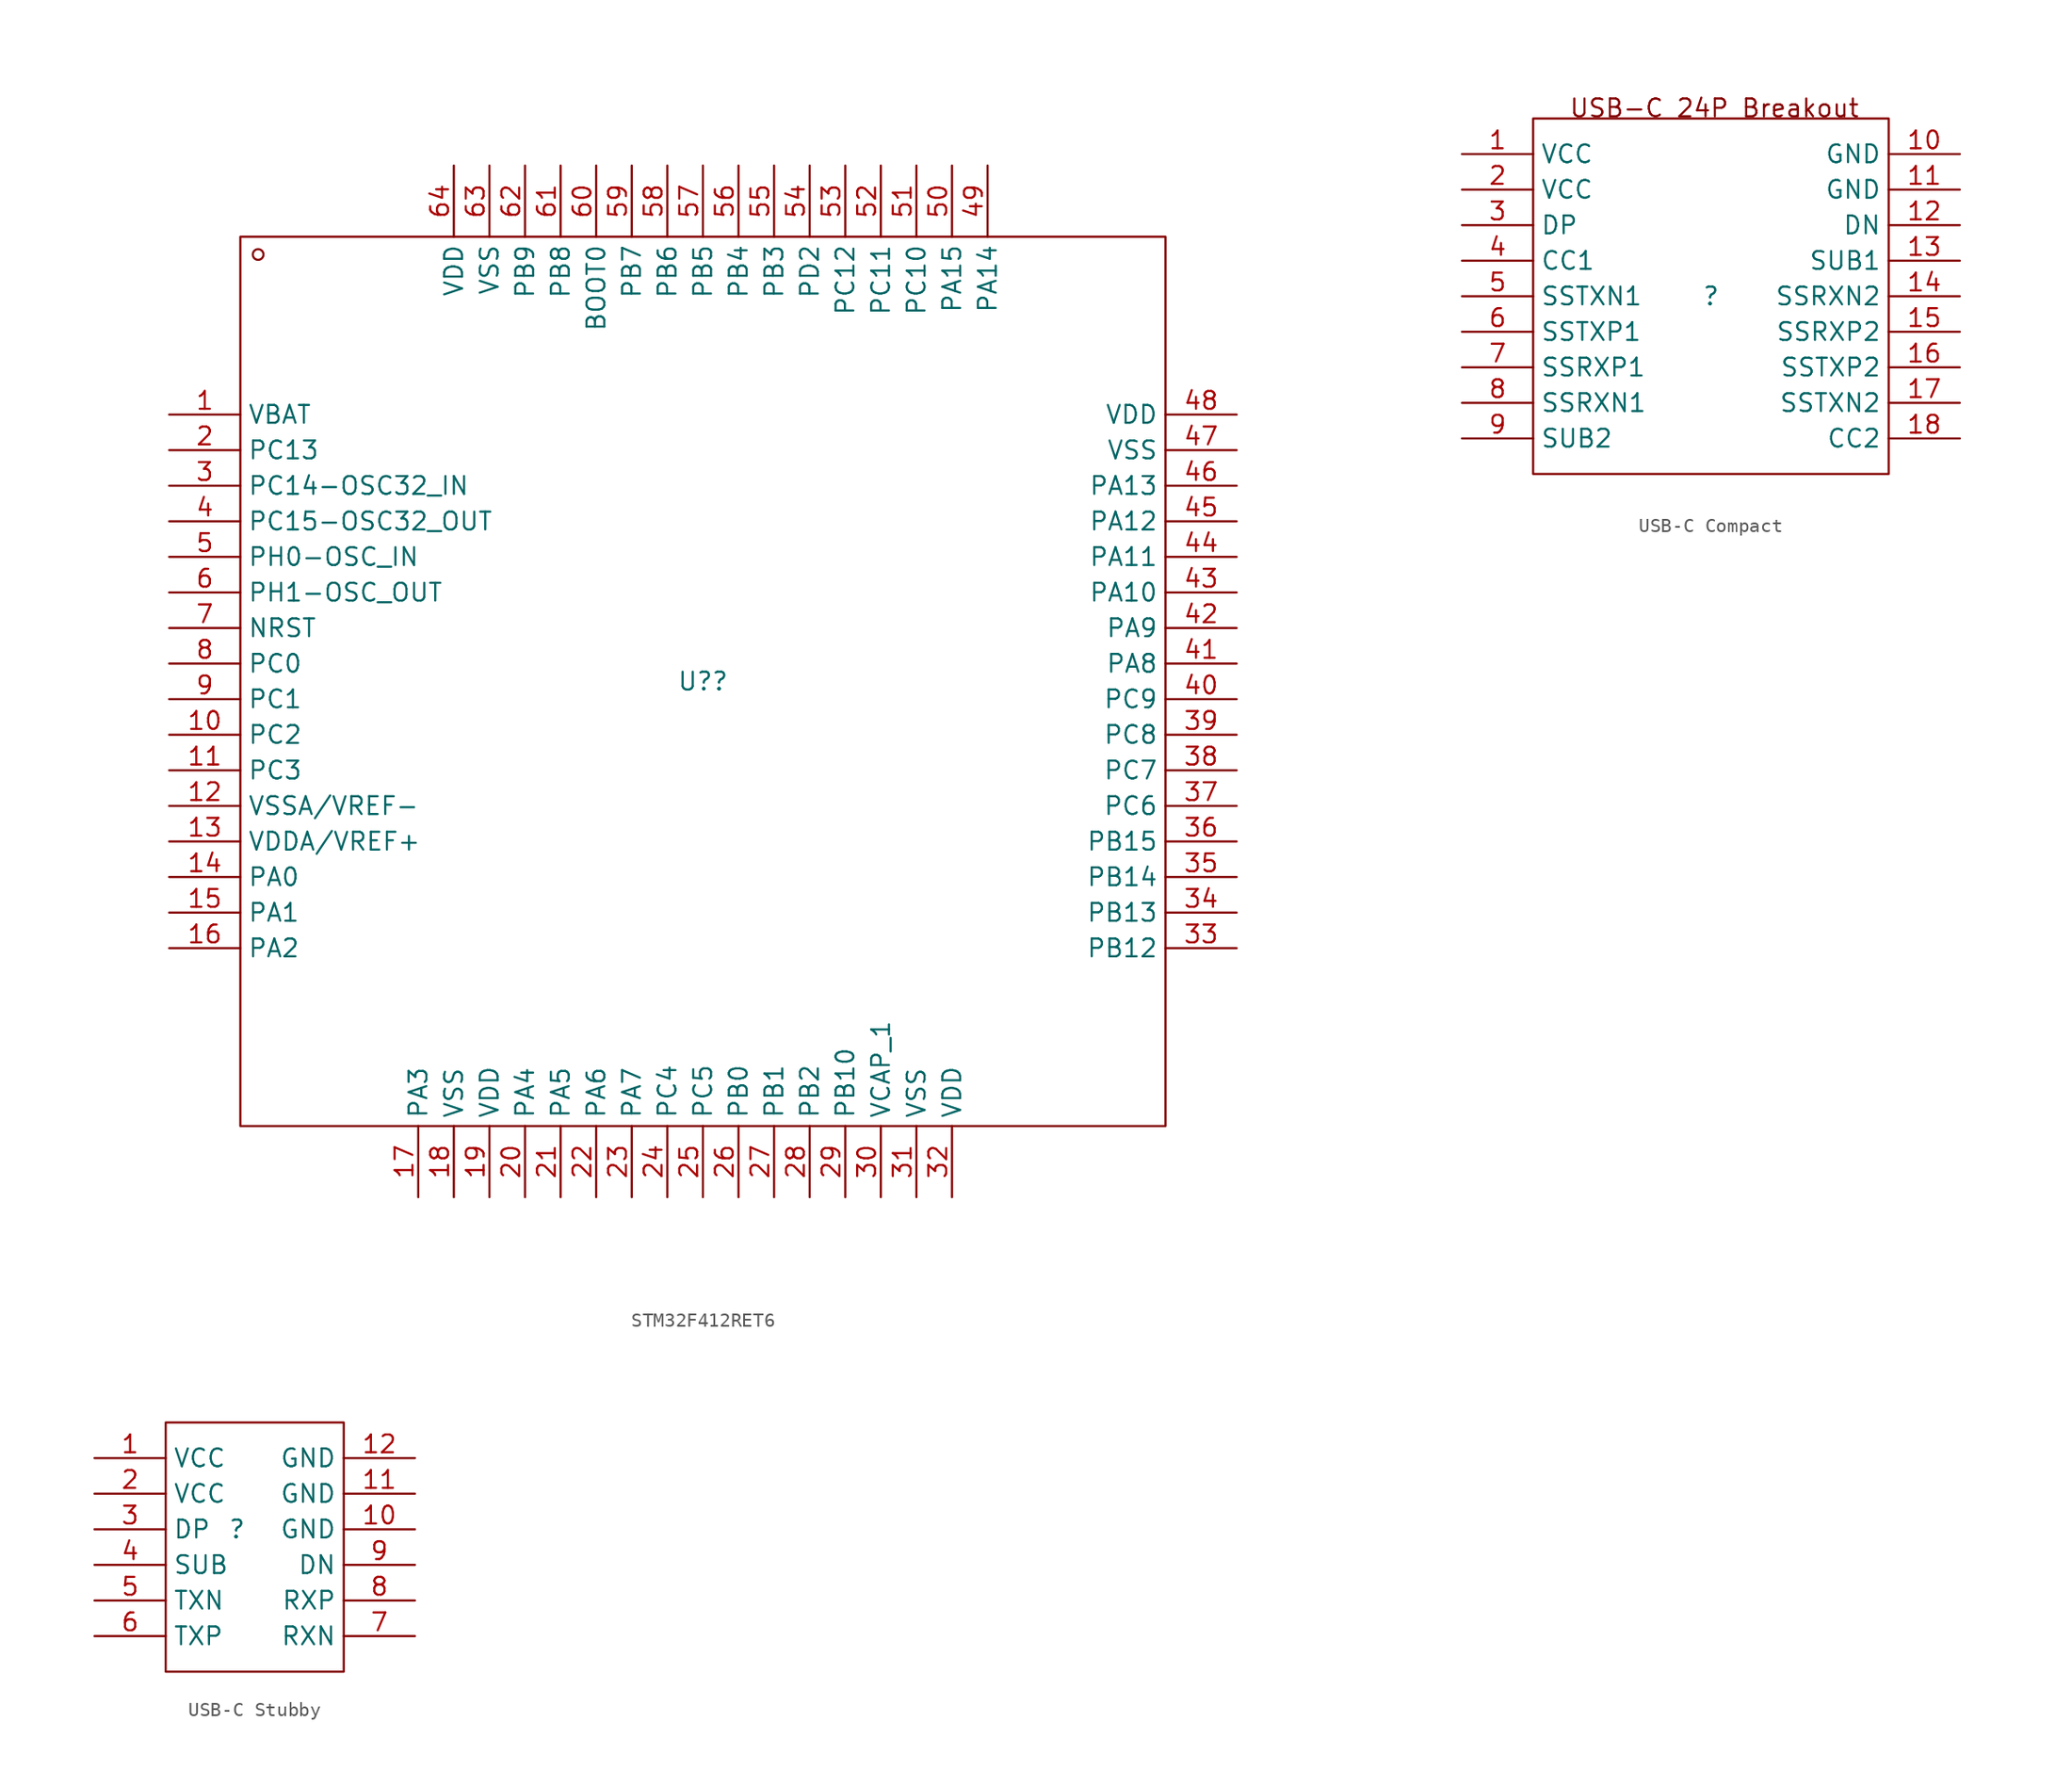
<source format=kicad_sym>
(kicad_symbol_lib
  (version 20231120)
  (generator "kicad_symbol_editor")
  (generator_version "8.0")
  (symbol "STM32F412RET6"
    (property "Reference" "U?"
      (at 0 0 0)
      (effects (font (size 1.27 1.27))))
    (property "Value" ""
      (at 0 0 0)
      (effects (font (size 1.27 1.27))))
    (symbol "STM32F412RET6_1_0"
      (rectangle (start -33.02 -31.75) (end 33.02 31.75) (stroke (width 0) (type default)) (fill (type none)))
      (circle (center -31.75 30.48) (radius 0.381) (stroke (width 0) (type default)) (fill (type none)))
      (pin input line (at -38.1 19.05 0) (length 5.08) (name "VBAT" (effects (font (size 1.27 1.27)))) (number "1" (effects (font (size 1.27 1.27)))))
      (pin input line (at -38.1 -3.81 0) (length 5.08) (name "PC2" (effects (font (size 1.27 1.27)))) (number "10" (effects (font (size 1.27 1.27)))))
      (pin input line (at -38.1 -6.35 0) (length 5.08) (name "PC3" (effects (font (size 1.27 1.27)))) (number "11" (effects (font (size 1.27 1.27)))))
      (pin input line (at -38.1 -8.89 0) (length 5.08) (name "VSSA/VREF-" (effects (font (size 1.27 1.27)))) (number "12" (effects (font (size 1.27 1.27)))))
      (pin input line (at -38.1 -11.43 0) (length 5.08) (name "VDDA/VREF+" (effects (font (size 1.27 1.27)))) (number "13" (effects (font (size 1.27 1.27)))))
      (pin input line (at -38.1 -13.97 0) (length 5.08) (name "PA0" (effects (font (size 1.27 1.27)))) (number "14" (effects (font (size 1.27 1.27)))))
      (pin input line (at -38.1 -16.51 0) (length 5.08) (name "PA1" (effects (font (size 1.27 1.27)))) (number "15" (effects (font (size 1.27 1.27)))))
      (pin input line (at -38.1 -19.05 0) (length 5.08) (name "PA2" (effects (font (size 1.27 1.27)))) (number "16" (effects (font (size 1.27 1.27)))))
      (pin input line (at -20.32 -36.83 90) (length 5.08) (name "PA3" (effects (font (size 1.27 1.27)))) (number "17" (effects (font (size 1.27 1.27)))))
      (pin input line (at -17.78 -36.83 90) (length 5.08) (name "VSS" (effects (font (size 1.27 1.27)))) (number "18" (effects (font (size 1.27 1.27)))))
      (pin input line (at -15.24 -36.83 90) (length 5.08) (name "VDD" (effects (font (size 1.27 1.27)))) (number "19" (effects (font (size 1.27 1.27)))))
      (pin input line (at -38.1 16.51 0) (length 5.08) (name "PC13" (effects (font (size 1.27 1.27)))) (number "2" (effects (font (size 1.27 1.27)))))
      (pin input line (at -12.7 -36.83 90) (length 5.08) (name "PA4" (effects (font (size 1.27 1.27)))) (number "20" (effects (font (size 1.27 1.27)))))
      (pin input line (at -10.16 -36.83 90) (length 5.08) (name "PA5" (effects (font (size 1.27 1.27)))) (number "21" (effects (font (size 1.27 1.27)))))
      (pin input line (at -7.62 -36.83 90) (length 5.08) (name "PA6" (effects (font (size 1.27 1.27)))) (number "22" (effects (font (size 1.27 1.27)))))
      (pin input line (at -5.08 -36.83 90) (length 5.08) (name "PA7" (effects (font (size 1.27 1.27)))) (number "23" (effects (font (size 1.27 1.27)))))
      (pin input line (at -2.54 -36.83 90) (length 5.08) (name "PC4" (effects (font (size 1.27 1.27)))) (number "24" (effects (font (size 1.27 1.27)))))
      (pin input line (at 0 -36.83 90) (length 5.08) (name "PC5" (effects (font (size 1.27 1.27)))) (number "25" (effects (font (size 1.27 1.27)))))
      (pin input line (at 2.54 -36.83 90) (length 5.08) (name "PB0" (effects (font (size 1.27 1.27)))) (number "26" (effects (font (size 1.27 1.27)))))
      (pin input line (at 5.08 -36.83 90) (length 5.08) (name "PB1" (effects (font (size 1.27 1.27)))) (number "27" (effects (font (size 1.27 1.27)))))
      (pin input line (at 7.62 -36.83 90) (length 5.08) (name "PB2" (effects (font (size 1.27 1.27)))) (number "28" (effects (font (size 1.27 1.27)))))
      (pin input line (at 10.16 -36.83 90) (length 5.08) (name "PB10" (effects (font (size 1.27 1.27)))) (number "29" (effects (font (size 1.27 1.27)))))
      (pin input line (at -38.1 13.97 0) (length 5.08) (name "PC14-OSC32_IN" (effects (font (size 1.27 1.27)))) (number "3" (effects (font (size 1.27 1.27)))))
      (pin input line (at 12.7 -36.83 90) (length 5.08) (name "VCAP_1" (effects (font (size 1.27 1.27)))) (number "30" (effects (font (size 1.27 1.27)))))
      (pin input line (at 15.24 -36.83 90) (length 5.08) (name "VSS" (effects (font (size 1.27 1.27)))) (number "31" (effects (font (size 1.27 1.27)))))
      (pin input line (at 17.78 -36.83 90) (length 5.08) (name "VDD" (effects (font (size 1.27 1.27)))) (number "32" (effects (font (size 1.27 1.27)))))
      (pin input line (at 38.1 -19.05 180) (length 5.08) (name "PB12" (effects (font (size 1.27 1.27)))) (number "33" (effects (font (size 1.27 1.27)))))
      (pin input line (at 38.1 -16.51 180) (length 5.08) (name "PB13" (effects (font (size 1.27 1.27)))) (number "34" (effects (font (size 1.27 1.27)))))
      (pin input line (at 38.1 -13.97 180) (length 5.08) (name "PB14" (effects (font (size 1.27 1.27)))) (number "35" (effects (font (size 1.27 1.27)))))
      (pin input line (at 38.1 -11.43 180) (length 5.08) (name "PB15" (effects (font (size 1.27 1.27)))) (number "36" (effects (font (size 1.27 1.27)))))
      (pin input line (at 38.1 -8.89 180) (length 5.08) (name "PC6" (effects (font (size 1.27 1.27)))) (number "37" (effects (font (size 1.27 1.27)))))
      (pin input line (at 38.1 -6.35 180) (length 5.08) (name "PC7" (effects (font (size 1.27 1.27)))) (number "38" (effects (font (size 1.27 1.27)))))
      (pin input line (at 38.1 -3.81 180) (length 5.08) (name "PC8" (effects (font (size 1.27 1.27)))) (number "39" (effects (font (size 1.27 1.27)))))
      (pin input line (at -38.1 11.43 0) (length 5.08) (name "PC15-OSC32_OUT" (effects (font (size 1.27 1.27)))) (number "4" (effects (font (size 1.27 1.27)))))
      (pin input line (at 38.1 -1.27 180) (length 5.08) (name "PC9" (effects (font (size 1.27 1.27)))) (number "40" (effects (font (size 1.27 1.27)))))
      (pin input line (at 38.1 1.27 180) (length 5.08) (name "PA8" (effects (font (size 1.27 1.27)))) (number "41" (effects (font (size 1.27 1.27)))))
      (pin input line (at 38.1 3.81 180) (length 5.08) (name "PA9" (effects (font (size 1.27 1.27)))) (number "42" (effects (font (size 1.27 1.27)))))
      (pin input line (at 38.1 6.35 180) (length 5.08) (name "PA10" (effects (font (size 1.27 1.27)))) (number "43" (effects (font (size 1.27 1.27)))))
      (pin input line (at 38.1 8.89 180) (length 5.08) (name "PA11" (effects (font (size 1.27 1.27)))) (number "44" (effects (font (size 1.27 1.27)))))
      (pin input line (at 38.1 11.43 180) (length 5.08) (name "PA12" (effects (font (size 1.27 1.27)))) (number "45" (effects (font (size 1.27 1.27)))))
      (pin input line (at 38.1 13.97 180) (length 5.08) (name "PA13" (effects (font (size 1.27 1.27)))) (number "46" (effects (font (size 1.27 1.27)))))
      (pin input line (at 38.1 16.51 180) (length 5.08) (name "VSS" (effects (font (size 1.27 1.27)))) (number "47" (effects (font (size 1.27 1.27)))))
      (pin input line (at 38.1 19.05 180) (length 5.08) (name "VDD" (effects (font (size 1.27 1.27)))) (number "48" (effects (font (size 1.27 1.27)))))
      (pin input line (at 20.32 36.83 270) (length 5.08) (name "PA14" (effects (font (size 1.27 1.27)))) (number "49" (effects (font (size 1.27 1.27)))))
      (pin input line (at -38.1 8.89 0) (length 5.08) (name "PH0-OSC_IN" (effects (font (size 1.27 1.27)))) (number "5" (effects (font (size 1.27 1.27)))))
      (pin input line (at 17.78 36.83 270) (length 5.08) (name "PA15" (effects (font (size 1.27 1.27)))) (number "50" (effects (font (size 1.27 1.27)))))
      (pin input line (at 15.24 36.83 270) (length 5.08) (name "PC10" (effects (font (size 1.27 1.27)))) (number "51" (effects (font (size 1.27 1.27)))))
      (pin input line (at 12.7 36.83 270) (length 5.08) (name "PC11" (effects (font (size 1.27 1.27)))) (number "52" (effects (font (size 1.27 1.27)))))
      (pin input line (at 10.16 36.83 270) (length 5.08) (name "PC12" (effects (font (size 1.27 1.27)))) (number "53" (effects (font (size 1.27 1.27)))))
      (pin input line (at 7.62 36.83 270) (length 5.08) (name "PD2" (effects (font (size 1.27 1.27)))) (number "54" (effects (font (size 1.27 1.27)))))
      (pin input line (at 5.08 36.83 270) (length 5.08) (name "PB3" (effects (font (size 1.27 1.27)))) (number "55" (effects (font (size 1.27 1.27)))))
      (pin input line (at 2.54 36.83 270) (length 5.08) (name "PB4" (effects (font (size 1.27 1.27)))) (number "56" (effects (font (size 1.27 1.27)))))
      (pin input line (at 0 36.83 270) (length 5.08) (name "PB5" (effects (font (size 1.27 1.27)))) (number "57" (effects (font (size 1.27 1.27)))))
      (pin input line (at -2.54 36.83 270) (length 5.08) (name "PB6" (effects (font (size 1.27 1.27)))) (number "58" (effects (font (size 1.27 1.27)))))
      (pin input line (at -5.08 36.83 270) (length 5.08) (name "PB7" (effects (font (size 1.27 1.27)))) (number "59" (effects (font (size 1.27 1.27)))))
      (pin input line (at -38.1 6.35 0) (length 5.08) (name "PH1-OSC_OUT" (effects (font (size 1.27 1.27)))) (number "6" (effects (font (size 1.27 1.27)))))
      (pin input line (at -7.62 36.83 270) (length 5.08) (name "BOOT0" (effects (font (size 1.27 1.27)))) (number "60" (effects (font (size 1.27 1.27)))))
      (pin input line (at -10.16 36.83 270) (length 5.08) (name "PB8" (effects (font (size 1.27 1.27)))) (number "61" (effects (font (size 1.27 1.27)))))
      (pin input line (at -12.7 36.83 270) (length 5.08) (name "PB9" (effects (font (size 1.27 1.27)))) (number "62" (effects (font (size 1.27 1.27)))))
      (pin input line (at -15.24 36.83 270) (length 5.08) (name "VSS" (effects (font (size 1.27 1.27)))) (number "63" (effects (font (size 1.27 1.27)))))
      (pin input line (at -17.78 36.83 270) (length 5.08) (name "VDD" (effects (font (size 1.27 1.27)))) (number "64" (effects (font (size 1.27 1.27)))))
      (pin input line (at -38.1 3.81 0) (length 5.08) (name "NRST" (effects (font (size 1.27 1.27)))) (number "7" (effects (font (size 1.27 1.27)))))
      (pin input line (at -38.1 1.27 0) (length 5.08) (name "PC0" (effects (font (size 1.27 1.27)))) (number "8" (effects (font (size 1.27 1.27)))))
      (pin input line (at -38.1 -1.27 0) (length 5.08) (name "PC1" (effects (font (size 1.27 1.27)))) (number "9" (effects (font (size 1.27 1.27)))))))
  (symbol "USB-C Compact"
    (property "Reference" ""
      (at 0 0 0)
      (effects (font (size 1.27 1.27))))
    (property "Value" ""
      (at 0 0 0)
      (effects (font (size 1.27 1.27))))
    (symbol "USB-C Compact_1_0"
      (rectangle (start -12.7 12.7) (end 12.7 -12.7) (stroke (width 0) (type default)) (fill (type none)))
      (text "USB-C 24P Breakout" (at -10.16 12.7 0) (effects (font (size 1.27 1.27)) (justify left bottom)))
      (pin input line (at -17.78 10.16 0) (length 5.08) (name "VCC" (effects (font (size 1.27 1.27)))) (number "1" (effects (font (size 1.27 1.27)))))
      (pin input line (at 17.78 10.16 180) (length 5.08) (name "GND" (effects (font (size 1.27 1.27)))) (number "10" (effects (font (size 1.27 1.27)))))
      (pin input line (at 17.78 7.62 180) (length 5.08) (name "GND" (effects (font (size 1.27 1.27)))) (number "11" (effects (font (size 1.27 1.27)))))
      (pin input line (at 17.78 5.08 180) (length 5.08) (name "DN" (effects (font (size 1.27 1.27)))) (number "12" (effects (font (size 1.27 1.27)))))
      (pin input line (at 17.78 2.54 180) (length 5.08) (name "SUB1" (effects (font (size 1.27 1.27)))) (number "13" (effects (font (size 1.27 1.27)))))
      (pin input line (at 17.78 0 180) (length 5.08) (name "SSRXN2" (effects (font (size 1.27 1.27)))) (number "14" (effects (font (size 1.27 1.27)))))
      (pin input line (at 17.78 -2.54 180) (length 5.08) (name "SSRXP2" (effects (font (size 1.27 1.27)))) (number "15" (effects (font (size 1.27 1.27)))))
      (pin input line (at 17.78 -5.08 180) (length 5.08) (name "SSTXP2" (effects (font (size 1.27 1.27)))) (number "16" (effects (font (size 1.27 1.27)))))
      (pin input line (at 17.78 -7.62 180) (length 5.08) (name "SSTXN2" (effects (font (size 1.27 1.27)))) (number "17" (effects (font (size 1.27 1.27)))))
      (pin input line (at 17.78 -10.16 180) (length 5.08) (name "CC2" (effects (font (size 1.27 1.27)))) (number "18" (effects (font (size 1.27 1.27)))))
      (pin input line (at -17.78 7.62 0) (length 5.08) (name "VCC" (effects (font (size 1.27 1.27)))) (number "2" (effects (font (size 1.27 1.27)))))
      (pin input line (at -17.78 5.08 0) (length 5.08) (name "DP" (effects (font (size 1.27 1.27)))) (number "3" (effects (font (size 1.27 1.27)))))
      (pin input line (at -17.78 2.54 0) (length 5.08) (name "CC1" (effects (font (size 1.27 1.27)))) (number "4" (effects (font (size 1.27 1.27)))))
      (pin input line (at -17.78 0 0) (length 5.08) (name "SSTXN1" (effects (font (size 1.27 1.27)))) (number "5" (effects (font (size 1.27 1.27)))))
      (pin input line (at -17.78 -2.54 0) (length 5.08) (name "SSTXP1" (effects (font (size 1.27 1.27)))) (number "6" (effects (font (size 1.27 1.27)))))
      (pin input line (at -17.78 -5.08 0) (length 5.08) (name "SSRXP1" (effects (font (size 1.27 1.27)))) (number "7" (effects (font (size 1.27 1.27)))))
      (pin input line (at -17.78 -7.62 0) (length 5.08) (name "SSRXN1" (effects (font (size 1.27 1.27)))) (number "8" (effects (font (size 1.27 1.27)))))
      (pin input line (at -17.78 -10.16 0) (length 5.08) (name "SUB2" (effects (font (size 1.27 1.27)))) (number "9" (effects (font (size 1.27 1.27)))))))
  (symbol "USB-C Stubby"
    (property "Reference" ""
      (at 0 0 0)
      (effects (font (size 1.27 1.27))))
    (property "Value" ""
      (at 0 0 0)
      (effects (font (size 1.27 1.27))))
    (symbol "USB-C Stubby_1_0"
      (rectangle (start -5.08 7.62) (end 7.62 -10.16) (stroke (width 0) (type default)) (fill (type none)))
      (pin input line (at -10.16 5.08 0) (length 5.08) (name "VCC" (effects (font (size 1.27 1.27)))) (number "1" (effects (font (size 1.27 1.27)))))
      (pin input line (at 12.7 0 180) (length 5.08) (name "GND" (effects (font (size 1.27 1.27)))) (number "10" (effects (font (size 1.27 1.27)))))
      (pin input line (at 12.7 2.54 180) (length 5.08) (name "GND" (effects (font (size 1.27 1.27)))) (number "11" (effects (font (size 1.27 1.27)))))
      (pin input line (at 12.7 5.08 180) (length 5.08) (name "GND" (effects (font (size 1.27 1.27)))) (number "12" (effects (font (size 1.27 1.27)))))
      (pin input line (at -10.16 2.54 0) (length 5.08) (name "VCC" (effects (font (size 1.27 1.27)))) (number "2" (effects (font (size 1.27 1.27)))))
      (pin input line (at -10.16 0 0) (length 5.08) (name "DP" (effects (font (size 1.27 1.27)))) (number "3" (effects (font (size 1.27 1.27)))))
      (pin input line (at -10.16 -2.54 0) (length 5.08) (name "SUB" (effects (font (size 1.27 1.27)))) (number "4" (effects (font (size 1.27 1.27)))))
      (pin input line (at -10.16 -5.08 0) (length 5.08) (name "TXN" (effects (font (size 1.27 1.27)))) (number "5" (effects (font (size 1.27 1.27)))))
      (pin input line (at -10.16 -7.62 0) (length 5.08) (name "TXP" (effects (font (size 1.27 1.27)))) (number "6" (effects (font (size 1.27 1.27)))))
      (pin input line (at 12.7 -7.62 180) (length 5.08) (name "RXN" (effects (font (size 1.27 1.27)))) (number "7" (effects (font (size 1.27 1.27)))))
      (pin input line (at 12.7 -5.08 180) (length 5.08) (name "RXP" (effects (font (size 1.27 1.27)))) (number "8" (effects (font (size 1.27 1.27)))))
      (pin input line (at 12.7 -2.54 180) (length 5.08) (name "DN" (effects (font (size 1.27 1.27)))) (number "9" (effects (font (size 1.27 1.27))))))))
</source>
